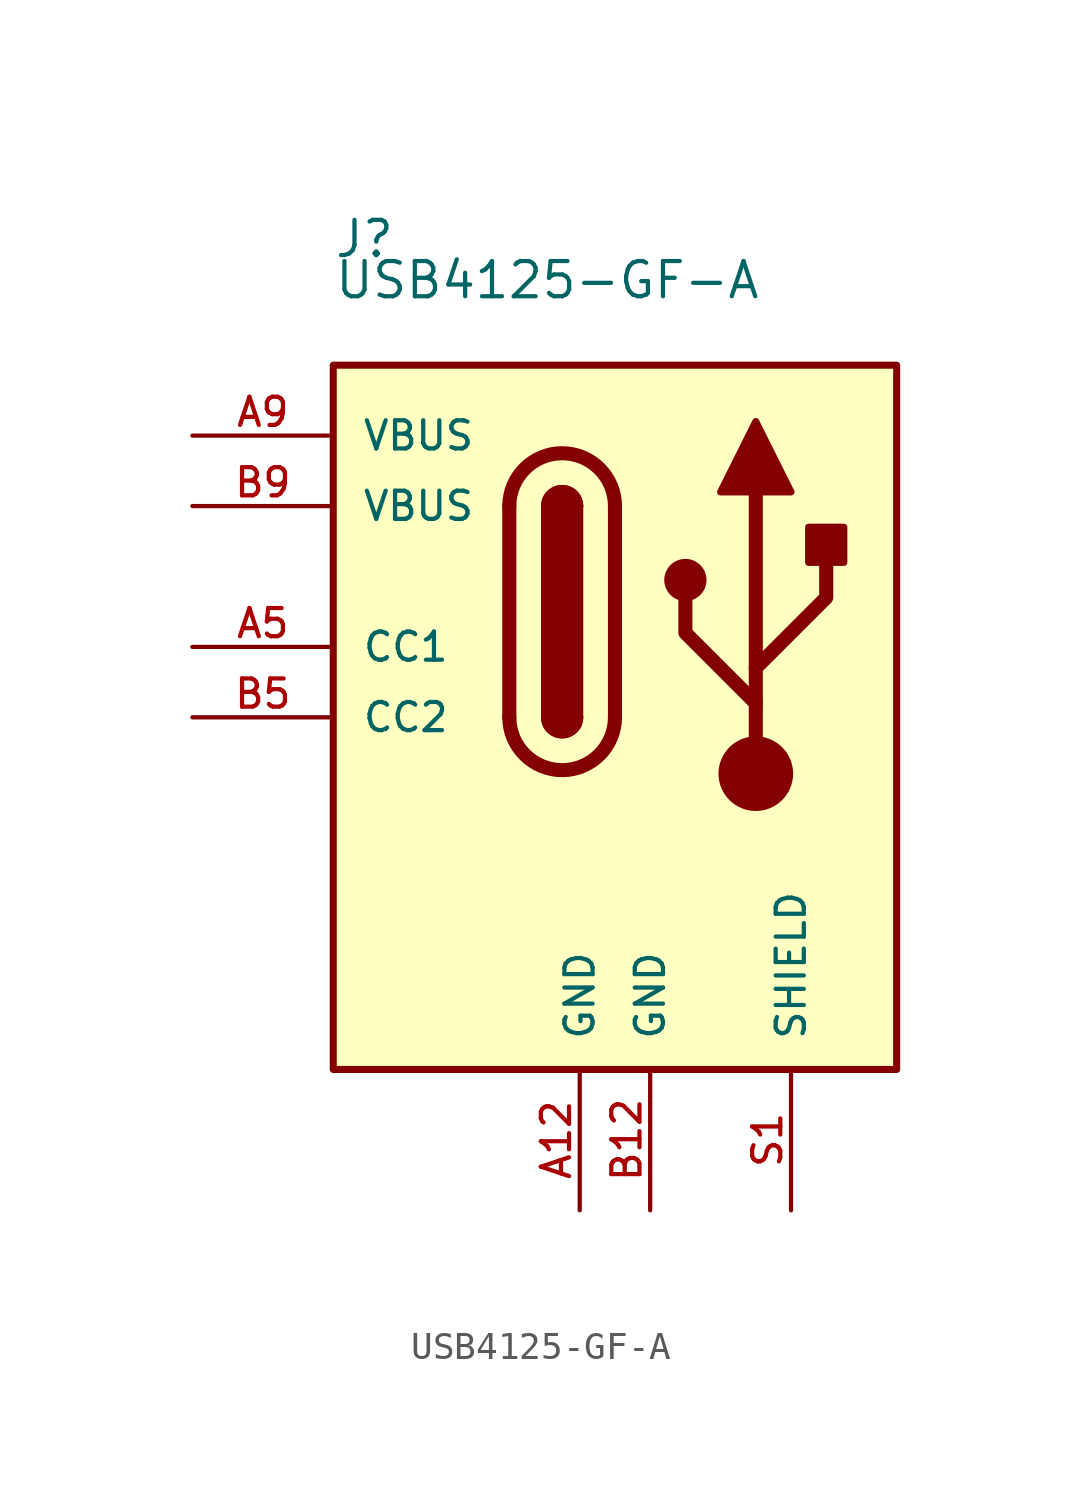
<source format=kicad_sym>
(kicad_symbol_lib
  (version 20211014)
  (generator kicad_symbol_editor)
  (symbol "USB4125-GF-A"
    (pin_names
      (offset 1.016))
    (property "Reference" "J"
      (at -10.16 16.51 0)
      (effects (font (size 1.27 1.27)) (justify left bottom)))
    (property "Value" "USB4125-GF-A"
      (at -10.16 16.51 0)
      (effects (font (size 1.27 1.27)) (justify left top)))
    (symbol "USB4125-GF-A_0_0"
      (rectangle (start -10.16 12.7) (end 10.16 -12.7) (stroke (width 0.254) (type default) (color 0 0 0 0)) (fill (type background)))
      (pin power_in line (at -1.27 -17.78 90) (length 5.08) (name "GND" (effects (font (size 1.016 1.016)))) (number "A12" (effects (font (size 1.016 1.016)))))
      (pin bidirectional line (at -15.24 2.54 0) (length 5.08) (name "CC1" (effects (font (size 1.016 1.016)))) (number "A5" (effects (font (size 1.016 1.016)))))
      (pin power_in line (at -15.24 10.16 0) (length 5.08) (name "VBUS" (effects (font (size 1.016 1.016)))) (number "A9" (effects (font (size 1.016 1.016)))))
      (pin power_in line (at 1.27 -17.78 90) (length 5.08) (name "GND" (effects (font (size 1.016 1.016)))) (number "B12" (effects (font (size 1.016 1.016)))))
      (pin bidirectional line (at -15.24 0 0) (length 5.08) (name "CC2" (effects (font (size 1.016 1.016)))) (number "B5" (effects (font (size 1.016 1.016)))))
      (pin power_in line (at -15.24 7.62 0) (length 5.08) (name "VBUS" (effects (font (size 1.016 1.016)))) (number "B9" (effects (font (size 1.016 1.016)))))
      (pin passive line (at 6.35 -17.78 90) (length 5.08) (name "SHIELD" (effects (font (size 1.016 1.016)))) (number "S1" (effects (font (size 1.016 1.016))))))
    (symbol "USB4125-GF-A_0_1"
      (arc (start -3.81 0) (mid -1.905 -1.905) (end 0 0) (stroke (width 0.508) (type default) (color 0 0 0 0)) (fill (type none)))
      (arc (start -2.54 0) (mid -1.905 -0.635) (end -1.27 0) (stroke (width 0.254) (type default) (color 0 0 0 0)) (fill (type none)))
      (arc (start -2.54 0) (mid -1.905 -0.635) (end -1.27 0) (stroke (width 0.254) (type default) (color 0 0 0 0)) (fill (type outline)))
      (rectangle (start -2.54 0) (end -1.27 7.62) (stroke (width 0.254) (type default) (color 0 0 0 0)) (fill (type outline)))
      (arc (start -1.27 7.62) (mid -1.905 8.255) (end -2.54 7.62) (stroke (width 0.254) (type default) (color 0 0 0 0)) (fill (type none)))
      (arc (start -1.27 7.62) (mid -1.905 8.255) (end -2.54 7.62) (stroke (width 0.254) (type default) (color 0 0 0 0)) (fill (type outline)))
      (polyline (pts (xy -3.81 0) (xy -3.81 7.62)) (stroke (width 0.508) (type default) (color 0 0 0 0)) (fill (type none)))
      (polyline (pts (xy 0 7.62) (xy 0 0)) (stroke (width 0.508) (type default) (color 0 0 0 0)) (fill (type none)))
      (polyline (pts (xy 5.08 -2.032) (xy 5.08 8.128)) (stroke (width 0.508) (type default) (color 0 0 0 0)) (fill (type none)))
      (polyline (pts (xy 5.08 0.508) (xy 2.54 3.048) (xy 2.54 4.318)) (stroke (width 0.508) (type default) (color 0 0 0 0)) (fill (type none)))
      (polyline (pts (xy 5.08 1.778) (xy 7.62 4.318) (xy 7.62 5.588)) (stroke (width 0.508) (type default) (color 0 0 0 0)) (fill (type none)))
      (polyline (pts (xy 3.81 8.128) (xy 5.08 10.668) (xy 6.35 8.128) (xy 3.81 8.128)) (stroke (width 0.254) (type default) (color 0 0 0 0)) (fill (type outline)))
      (arc (start 0 7.62) (mid -1.905 9.525) (end -3.81 7.62) (stroke (width 0.508) (type default) (color 0 0 0 0)) (fill (type none)))
      (circle (center 2.54 4.953) (radius 0.635) (stroke (width 0.254) (type default) (color 0 0 0 0)) (fill (type outline)))
      (circle (center 5.08 -2.032) (radius 1.27) (stroke (width 0) (type default) (color 0 0 0 0)) (fill (type outline)))
      (rectangle (start 6.985 5.588) (end 8.255 6.858) (stroke (width 0.254) (type default) (color 0 0 0 0)) (fill (type outline))))))
</source>
